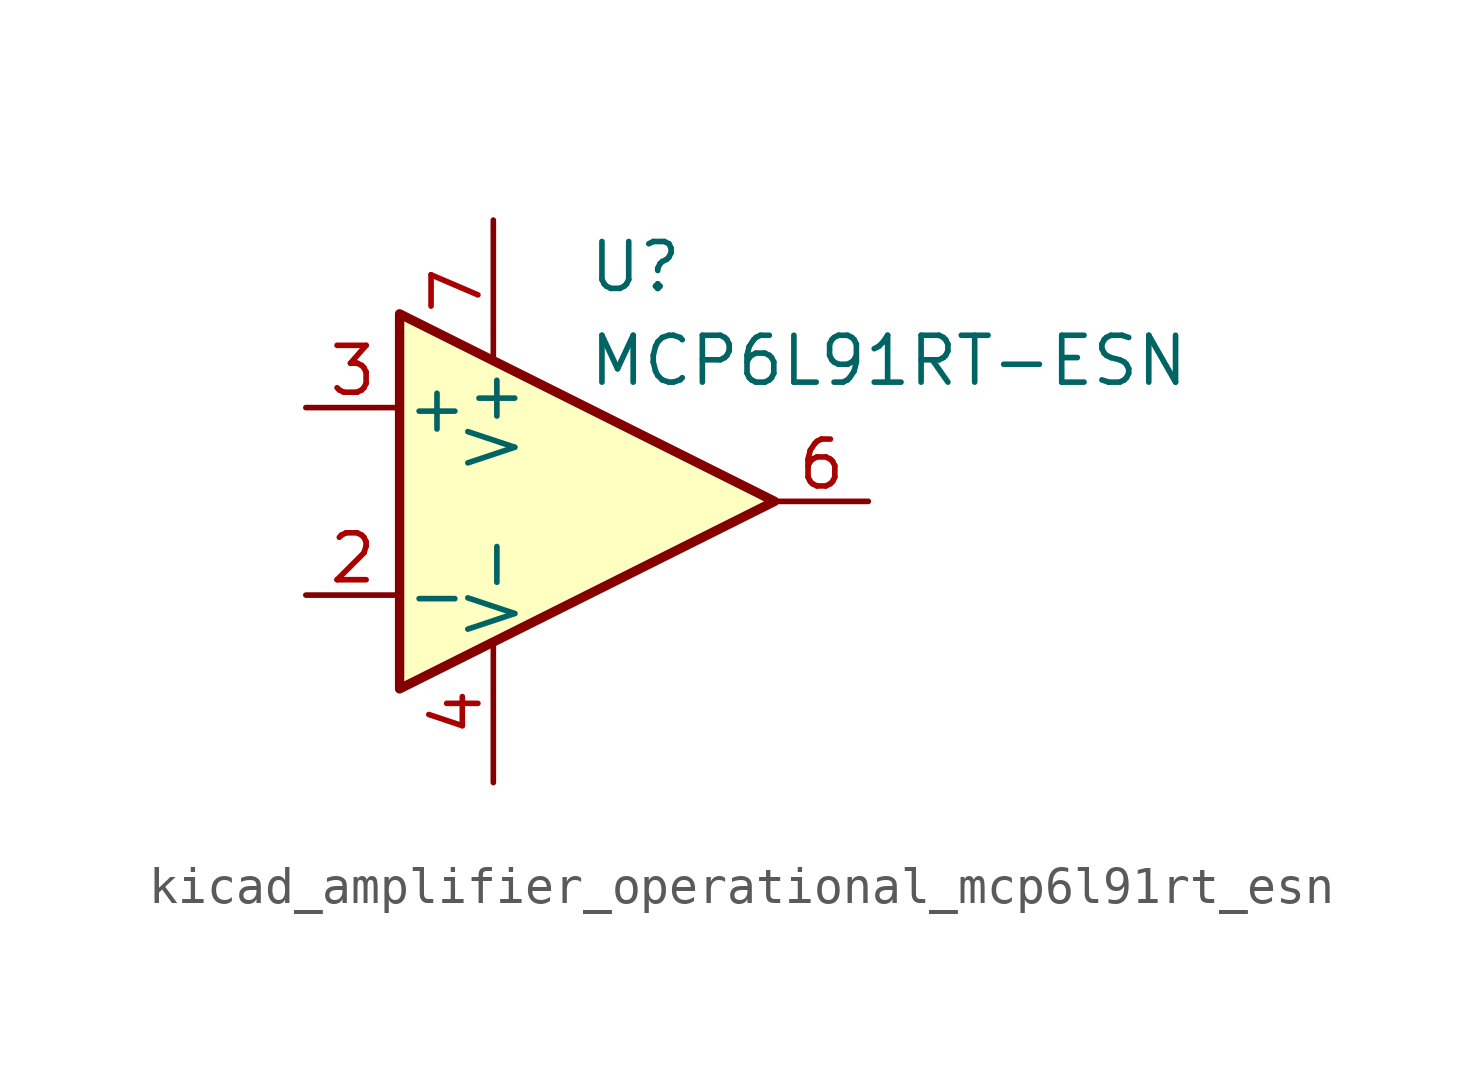
<source format=kicad_sym>
(kicad_symbol_lib
  (version 20220914)
  (generator kicad_symbol_editor)
  (symbol "kicad_amplifier_operational_mcp6l91rt_esn"
    (pin_names
      (offset 0.127))
    (property "Reference" "U"
      (at 0 6.35 0)
      (effects (font (size 1.27 1.27)) (justify left)))
    (property "Value" "MCP6L91RT-ESN"
      (at 0 3.81 0)
      (effects (font (size 1.27 1.27)) (justify left)))
    (symbol "kicad_amplifier_operational_mcp6l91rt_esn_0_1"
      (polyline (pts (xy -5.08 5.08) (xy 5.08 0) (xy -5.08 -5.08) (xy -5.08 5.08)) (stroke (width 0.254) (type default)) (fill (type background))))
    (symbol "kicad_amplifier_operational_mcp6l91rt_esn_1_1"
      (pin no_connect line (at -2.54 2.54 270) (length 2.54) hide (name "NC" (effects (font (size 1.27 1.27)))) (number "1" (effects (font (size 1.27 1.27)))))
      (pin input line (at -7.62 -2.54 0) (length 2.54) (name "-" (effects (font (size 1.27 1.27)))) (number "2" (effects (font (size 1.27 1.27)))))
      (pin input line (at -7.62 2.54 0) (length 2.54) (name "+" (effects (font (size 1.27 1.27)))) (number "3" (effects (font (size 1.27 1.27)))))
      (pin power_in line (at -2.54 -7.62 90) (length 3.81) (name "V-" (effects (font (size 1.27 1.27)))) (number "4" (effects (font (size 1.27 1.27)))))
      (pin no_connect line (at 0 2.54 270) (length 2.54) hide (name "NC" (effects (font (size 1.27 1.27)))) (number "5" (effects (font (size 1.27 1.27)))))
      (pin output line (at 7.62 0 180) (length 2.54) (name "~" (effects (font (size 1.27 1.27)))) (number "6" (effects (font (size 1.27 1.27)))))
      (pin power_in line (at -2.54 7.62 270) (length 3.81) (name "V+" (effects (font (size 1.27 1.27)))) (number "7" (effects (font (size 1.27 1.27)))))
      (pin no_connect line (at 0 -2.54 90) (length 2.54) hide (name "NC" (effects (font (size 1.27 1.27)))) (number "8" (effects (font (size 1.27 1.27))))))))
</source>
